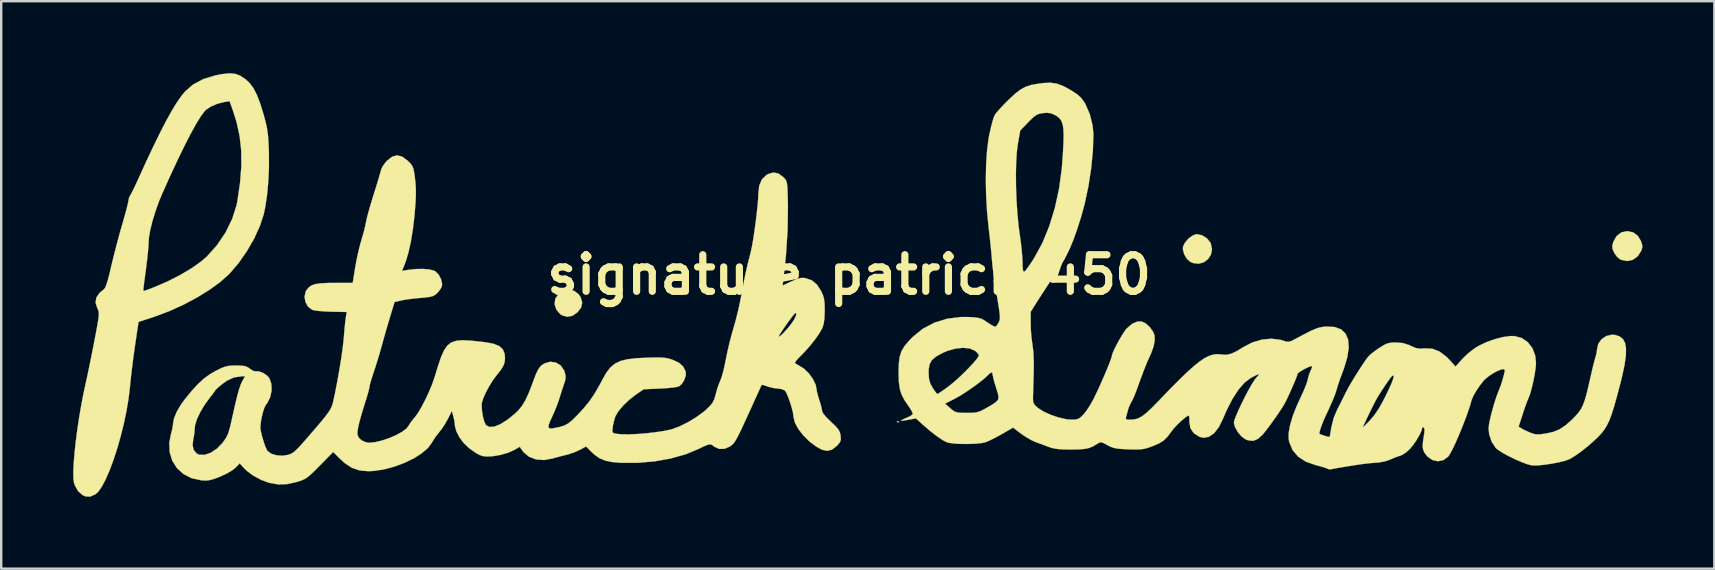
<source format=kicad_pcb>
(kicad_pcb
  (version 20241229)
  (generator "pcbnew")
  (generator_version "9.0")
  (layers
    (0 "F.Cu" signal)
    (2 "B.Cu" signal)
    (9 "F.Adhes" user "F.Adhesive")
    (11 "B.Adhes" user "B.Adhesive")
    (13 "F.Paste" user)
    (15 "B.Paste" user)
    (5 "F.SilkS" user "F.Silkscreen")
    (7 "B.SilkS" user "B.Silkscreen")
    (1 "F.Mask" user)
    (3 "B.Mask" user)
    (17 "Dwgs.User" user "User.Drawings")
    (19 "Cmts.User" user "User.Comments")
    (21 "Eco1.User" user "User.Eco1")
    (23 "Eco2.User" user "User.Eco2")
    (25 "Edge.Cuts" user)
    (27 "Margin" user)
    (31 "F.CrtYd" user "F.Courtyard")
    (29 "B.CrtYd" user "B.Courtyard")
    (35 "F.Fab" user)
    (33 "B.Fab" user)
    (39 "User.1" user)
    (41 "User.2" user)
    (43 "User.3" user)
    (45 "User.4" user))
  (footprint "signature patrick 450"
    (layer "F.Cu")
    (at 32.326 8.397)
    (property "Reference" "signature patrick 450" (at 0 0 0) (layer "F.SilkS") (effects (font (size 1.524 1.524) (thickness 0.3))))
    (attr through_hole)
    (fp_poly (pts (xy 2.07 6.115) (xy 2.062 6.148) (xy 2.032 6.152) (xy 1.986 6.132) (xy 1.994 6.115) (xy 2.061 6.108) (xy 2.07 6.115)) (stroke (width 0.01) (type solid)) (fill yes) (layer "F.SilkS"))
    (fp_poly (pts (xy -11.438 0.679) (xy -11.258 0.825) (xy -11.183 0.942) (xy -11.12 1.159) (xy -11.166 1.365) (xy -11.311 1.558) (xy -11.524 1.708) (xy -11.746 1.752) (xy -11.964 1.687) (xy -12.039 1.636) (xy -12.196 1.454) (xy -12.269 1.239) (xy -12.248 1.024) (xy -12.224 0.966) (xy -12.067 0.765) (xy -11.868 0.649) (xy -11.65 0.62) (xy -11.438 0.679)) (stroke (width 0.01) (type solid)) (fill yes) (layer "F.SilkS"))
    (fp_poly (pts (xy 14.708 -1.643) (xy 14.912 -1.514) (xy 15.055 -1.334) (xy 15.068 -1.306) (xy 15.118 -1.062) (xy 15.074 -0.838) (xy 14.954 -0.652) (xy 14.778 -0.521) (xy 14.564 -0.46) (xy 14.33 -0.488) (xy 14.217 -0.536) (xy 14.072 -0.664) (xy 13.961 -0.85) (xy 13.906 -1.049) (xy 13.912 -1.171) (xy 13.993 -1.339) (xy 14.134 -1.502) (xy 14.301 -1.63) (xy 14.46 -1.691) (xy 14.486 -1.693) (xy 14.708 -1.643)) (stroke (width 0.01) (type solid)) (fill yes) (layer "F.SilkS"))
    (fp_poly (pts (xy 32.665 -1.767) (xy 32.861 -1.62) (xy 32.987 -1.406) (xy 33.041 -1.246) (xy 33.042 -1.124) (xy 32.999 -0.996) (xy 32.852 -0.767) (xy 32.651 -0.623) (xy 32.417 -0.571) (xy 32.172 -0.62) (xy 32.11 -0.649) (xy 31.989 -0.753) (xy 31.88 -0.907) (xy 31.862 -0.941) (xy 31.801 -1.093) (xy 31.795 -1.216) (xy 31.84 -1.375) (xy 31.84 -1.376) (xy 31.973 -1.611) (xy 32.168 -1.763) (xy 32.407 -1.817) (xy 32.414 -1.818) (xy 32.665 -1.767)) (stroke (width 0.01) (type solid)) (fill yes) (layer "F.SilkS"))
    (fp_poly (pts (xy -25.593 -8.376) (xy -25.384 -8.302) (xy -25.167 -8.161) (xy -25.127 -8.13) (xy -24.958 -7.968) (xy -24.807 -7.756) (xy -24.668 -7.48) (xy -24.532 -7.125) (xy -24.395 -6.678) (xy -24.349 -6.514) (xy -24.287 -6.267) (xy -24.242 -6.038) (xy -24.211 -5.796) (xy -24.19 -5.511) (xy -24.175 -5.152) (xy -24.172 -5.042) (xy -24.171 -4.461) (xy -24.199 -3.874) (xy -24.251 -3.313) (xy -24.327 -2.809) (xy -24.391 -2.512) (xy -24.551 -2.025) (xy -24.788 -1.508) (xy -25.087 -0.989) (xy -25.428 -0.498) (xy -25.795 -0.066) (xy -25.837 -0.023) (xy -26.196 0.298) (xy -26.644 0.624) (xy -27.16 0.942) (xy -27.72 1.241) (xy -28.302 1.507) (xy -28.885 1.728) (xy -28.945 1.748) (xy -29.605 1.965) (xy -29.75 2.944) (xy -29.806 3.339) (xy -29.862 3.767) (xy -29.912 4.186) (xy -29.951 4.553) (xy -29.963 4.685) (xy -30.021 5.169) (xy -30.107 5.679) (xy -30.217 6.203) (xy -30.347 6.725) (xy -30.491 7.232) (xy -30.647 7.709) (xy -30.808 8.143) (xy -30.971 8.518) (xy -31.131 8.823) (xy -31.283 9.041) (xy -31.4 9.146) (xy -31.614 9.24) (xy -31.806 9.236) (xy -31.934 9.182) (xy -32.124 9.015) (xy -32.263 8.763) (xy -32.291 8.677) (xy -32.317 8.497) (xy -32.321 8.222) (xy -32.306 7.869) (xy -32.273 7.453) (xy -32.224 6.989) (xy -32.161 6.494) (xy -32.085 5.983) (xy -31.999 5.473) (xy -31.905 4.979) (xy -31.823 4.6) (xy -31.757 4.302) (xy -31.678 3.926) (xy -31.592 3.508) (xy -31.506 3.081) (xy -31.438 2.728) (xy -31.365 2.346) (xy -31.313 2.057) (xy -31.278 1.846) (xy -31.261 1.696) (xy -31.259 1.59) (xy -31.271 1.512) (xy -31.296 1.445) (xy -31.323 1.39) (xy -31.395 1.158) (xy -31.361 0.945) (xy -31.218 0.745) (xy -31.107 0.655) (xy -29.402 0.655) (xy -29.395 0.674) (xy -29.382 0.677) (xy -29.381 0.677) (xy -29.319 0.658) (xy -29.18 0.606) (xy -28.989 0.532) (xy -28.927 0.508) (xy -28.383 0.272) (xy -27.868 0.009) (xy -27.402 -0.267) (xy -27.008 -0.545) (xy -26.765 -0.753) (xy -26.339 -1.228) (xy -25.981 -1.758) (xy -25.704 -2.323) (xy -25.521 -2.896) (xy -25.486 -3.074) (xy -25.374 -3.844) (xy -25.32 -4.536) (xy -25.326 -5.172) (xy -25.392 -5.773) (xy -25.52 -6.36) (xy -25.693 -6.904) (xy -25.812 -7.232) (xy -26.043 -7.195) (xy -26.336 -7.12) (xy -26.603 -7.003) (xy -26.807 -6.862) (xy -26.845 -6.823) (xy -27.004 -6.611) (xy -27.199 -6.296) (xy -27.428 -5.882) (xy -27.69 -5.373) (xy -27.982 -4.771) (xy -28.303 -4.082) (xy -28.62 -3.376) (xy -28.773 -3.003) (xy -28.911 -2.608) (xy -29.029 -2.219) (xy -29.117 -1.86) (xy -29.17 -1.558) (xy -29.182 -1.395) (xy -29.189 -1.225) (xy -29.21 -0.974) (xy -29.242 -0.672) (xy -29.281 -0.347) (xy -29.294 -0.246) (xy -29.34 0.094) (xy -29.372 0.339) (xy -29.392 0.503) (xy -29.402 0.603) (xy -29.402 0.655) (xy -31.107 0.655) (xy -31.053 0.611) (xy -31.001 0.546) (xy -30.944 0.415) (xy -30.88 0.206) (xy -30.802 -0.094) (xy -30.743 -0.348) (xy -30.647 -0.747) (xy -30.531 -1.2) (xy -30.41 -1.653) (xy -30.296 -2.055) (xy -30.284 -2.094) (xy -30.197 -2.397) (xy -30.122 -2.669) (xy -30.066 -2.888) (xy -30.034 -3.033) (xy -30.028 -3.074) (xy -29.997 -3.216) (xy -29.952 -3.304) (xy -29.896 -3.402) (xy -29.809 -3.575) (xy -29.706 -3.793) (xy -29.646 -3.923) (xy -29.295 -4.694) (xy -28.979 -5.365) (xy -28.695 -5.944) (xy -28.441 -6.435) (xy -28.212 -6.845) (xy -28.005 -7.182) (xy -27.818 -7.45) (xy -27.666 -7.635) (xy -27.334 -7.924) (xy -26.921 -8.146) (xy -26.42 -8.303) (xy -26.141 -8.357) (xy -25.833 -8.392) (xy -25.593 -8.376)) (stroke (width 0.01) (type solid)) (fill yes) (layer "F.SilkS"))
    (fp_poly (pts (xy -18.629 -4.925) (xy -18.406 -4.765) (xy -18.389 -4.749) (xy -18.266 -4.626) (xy -18.19 -4.516) (xy -18.143 -4.38) (xy -18.108 -4.179) (xy -18.1 -4.114) (xy -18.068 -3.845) (xy -18.052 -3.594) (xy -18.05 -3.332) (xy -18.063 -3.031) (xy -18.091 -2.66) (xy -18.109 -2.455) (xy -18.172 -1.913) (xy -18.255 -1.403) (xy -18.354 -0.95) (xy -18.463 -0.578) (xy -18.506 -0.462) (xy -18.628 -0.162) (xy -18.359 -0.205) (xy -18.046 -0.239) (xy -17.743 -0.243) (xy -17.48 -0.219) (xy -17.286 -0.168) (xy -17.239 -0.143) (xy -17.099 -0.002) (xy -16.998 0.191) (xy -16.957 0.388) (xy -16.965 0.474) (xy -17.028 0.601) (xy -17.139 0.741) (xy -17.162 0.765) (xy -17.253 0.841) (xy -17.353 0.892) (xy -17.491 0.925) (xy -17.696 0.951) (xy -17.849 0.964) (xy -18.122 0.99) (xy -18.389 1.024) (xy -18.604 1.059) (xy -18.655 1.07) (xy -18.937 1.134) (xy -19.129 1.766) (xy -19.228 2.098) (xy -19.335 2.467) (xy -19.433 2.816) (xy -19.478 2.98) (xy -19.567 3.295) (xy -19.671 3.639) (xy -19.772 3.955) (xy -19.808 4.061) (xy -19.884 4.291) (xy -19.943 4.489) (xy -19.977 4.624) (xy -19.981 4.659) (xy -19.998 4.75) (xy -20.043 4.922) (xy -20.109 5.148) (xy -20.174 5.355) (xy -20.314 5.809) (xy -20.412 6.166) (xy -20.469 6.435) (xy -20.489 6.623) (xy -20.489 6.629) (xy -20.438 6.778) (xy -20.305 6.904) (xy -20.122 6.983) (xy -19.996 6.999) (xy -19.743 6.974) (xy -19.455 6.904) (xy -19.155 6.802) (xy -18.869 6.678) (xy -18.623 6.542) (xy -18.441 6.406) (xy -18.356 6.296) (xy -18.281 6.174) (xy -18.162 6.017) (xy -18.093 5.937) (xy -17.968 5.767) (xy -17.82 5.518) (xy -17.663 5.217) (xy -17.511 4.893) (xy -17.377 4.574) (xy -17.276 4.287) (xy -17.268 4.262) (xy -17.127 3.797) (xy -17.002 3.431) (xy -16.879 3.153) (xy -16.743 2.954) (xy -16.58 2.823) (xy -16.375 2.752) (xy -16.113 2.728) (xy -15.78 2.743) (xy -15.361 2.787) (xy -15.155 2.812) (xy -14.817 2.873) (xy -14.578 2.969) (xy -14.426 3.108) (xy -14.35 3.299) (xy -14.337 3.459) (xy -14.349 3.626) (xy -14.397 3.776) (xy -14.494 3.94) (xy -14.655 4.148) (xy -14.679 4.177) (xy -14.837 4.389) (xy -14.992 4.638) (xy -15.131 4.896) (xy -15.239 5.134) (xy -15.3 5.323) (xy -15.309 5.39) (xy -15.298 5.644) (xy -15.26 5.895) (xy -15.203 6.11) (xy -15.134 6.255) (xy -15.117 6.275) (xy -14.973 6.343) (xy -14.771 6.323) (xy -14.521 6.22) (xy -14.232 6.038) (xy -13.938 5.801) (xy -13.769 5.637) (xy -13.624 5.456) (xy -13.493 5.239) (xy -13.364 4.965) (xy -13.225 4.612) (xy -13.148 4.403) (xy -13.04 4.122) (xy -12.943 3.928) (xy -12.842 3.798) (xy -12.722 3.709) (xy -12.694 3.694) (xy -12.451 3.624) (xy -12.217 3.656) (xy -12.018 3.778) (xy -11.876 3.982) (xy -11.849 4.058) (xy -11.813 4.221) (xy -11.822 4.369) (xy -11.878 4.554) (xy -11.95 4.767) (xy -12.031 5.018) (xy -12.075 5.165) (xy -12.157 5.402) (xy -12.265 5.673) (xy -12.353 5.87) (xy -12.466 6.117) (xy -12.522 6.28) (xy -12.519 6.373) (xy -12.459 6.407) (xy -12.347 6.399) (xy -12.078 6.346) (xy -11.877 6.286) (xy -11.713 6.201) (xy -11.55 6.073) (xy -11.356 5.882) (xy -11.298 5.822) (xy -11.026 5.525) (xy -10.802 5.246) (xy -10.602 4.95) (xy -10.402 4.604) (xy -10.273 4.359) (xy -10.114 4.079) (xy -9.948 3.864) (xy -9.758 3.705) (xy -9.526 3.593) (xy -9.234 3.52) (xy -8.864 3.477) (xy -8.438 3.456) (xy -8.111 3.448) (xy -7.871 3.449) (xy -7.692 3.46) (xy -7.547 3.484) (xy -7.412 3.523) (xy -7.329 3.553) (xy -7.08 3.672) (xy -6.917 3.82) (xy -6.815 4.022) (xy -6.806 4.048) (xy -6.806 4.201) (xy -6.868 4.384) (xy -6.972 4.55) (xy -7.077 4.644) (xy -7.18 4.674) (xy -7.368 4.702) (xy -7.616 4.726) (xy -7.878 4.741) (xy -8.559 4.77) (xy -8.887 4.995) (xy -9.16 5.207) (xy -9.408 5.445) (xy -9.608 5.681) (xy -9.734 5.891) (xy -9.737 5.898) (xy -9.79 6.063) (xy -9.835 6.267) (xy -9.845 6.328) (xy -9.864 6.487) (xy -9.85 6.569) (xy -9.786 6.606) (xy -9.704 6.625) (xy -9.488 6.647) (xy -9.19 6.65) (xy -8.837 6.635) (xy -8.457 6.605) (xy -8.078 6.563) (xy -7.728 6.51) (xy -7.436 6.449) (xy -7.366 6.43) (xy -7.059 6.315) (xy -6.713 6.142) (xy -6.37 5.935) (xy -6.069 5.716) (xy -5.966 5.628) (xy -5.793 5.46) (xy -5.684 5.325) (xy -5.615 5.183) (xy -5.563 4.997) (xy -5.557 4.976) (xy -5.495 4.748) (xy -5.419 4.53) (xy -5.367 4.412) (xy -5.314 4.271) (xy -5.251 4.051) (xy -5.187 3.782) (xy -5.136 3.526) (xy -5.065 3.178) (xy -4.973 2.789) (xy -4.916 2.573) (xy -2.935 2.573) (xy -2.903 2.573) (xy -2.817 2.504) (xy -2.698 2.385) (xy -2.562 2.235) (xy -2.429 2.071) (xy -2.394 2.024) (xy -2.291 1.866) (xy -2.223 1.727) (xy -2.197 1.629) (xy -2.22 1.593) (xy -2.255 1.607) (xy -2.311 1.667) (xy -2.41 1.793) (xy -2.534 1.962) (xy -2.665 2.147) (xy -2.787 2.326) (xy -2.882 2.472) (xy -2.931 2.561) (xy -2.935 2.573) (xy -4.916 2.573) (xy -4.875 2.419) (xy -4.82 2.231) (xy -4.732 1.924) (xy -4.639 1.552) (xy -4.552 1.165) (xy -4.485 0.823) (xy -4.41 0.415) (xy -4.343 0.077) (xy -4.276 -0.231) (xy -4.2 -0.549) (xy -4.105 -0.919) (xy -4.101 -0.931) (xy -4.054 -1.148) (xy -4.001 -1.447) (xy -3.947 -1.8) (xy -3.895 -2.179) (xy -3.849 -2.557) (xy -3.812 -2.903) (xy -3.788 -3.191) (xy -3.782 -3.367) (xy -3.746 -3.709) (xy -3.636 -3.969) (xy -3.45 -4.152) (xy -3.37 -4.197) (xy -3.153 -4.26) (xy -2.951 -4.221) (xy -2.749 -4.075) (xy -2.701 -4.027) (xy -2.654 -3.972) (xy -2.619 -3.91) (xy -2.594 -3.825) (xy -2.577 -3.697) (xy -2.566 -3.511) (xy -2.557 -3.248) (xy -2.55 -2.891) (xy -2.55 -2.86) (xy -2.562 -1.879) (xy -2.631 -0.815) (xy -2.742 0.21) (xy -2.772 0.449) (xy -2.401 0.275) (xy -2.179 0.179) (xy -2.016 0.134) (xy -1.877 0.131) (xy -1.821 0.14) (xy -1.557 0.231) (xy -1.346 0.404) (xy -1.17 0.672) (xy -1.162 0.689) (xy -1.089 0.853) (xy -1.045 1.008) (xy -1.023 1.194) (xy -1.017 1.447) (xy -1.017 1.493) (xy -1.028 1.809) (xy -1.06 2.042) (xy -1.118 2.223) (xy -1.122 2.231) (xy -1.24 2.44) (xy -1.419 2.695) (xy -1.636 2.968) (xy -1.87 3.23) (xy -2.01 3.371) (xy -2.141 3.505) (xy -2.231 3.612) (xy -2.258 3.66) (xy -2.211 3.715) (xy -2.099 3.777) (xy -2.095 3.779) (xy -1.881 3.911) (xy -1.677 4.111) (xy -1.506 4.347) (xy -1.392 4.588) (xy -1.356 4.775) (xy -1.337 4.891) (xy -1.29 5.068) (xy -1.242 5.221) (xy -1.181 5.417) (xy -1.141 5.584) (xy -1.13 5.667) (xy -1.086 5.772) (xy -0.957 5.93) (xy -0.759 6.124) (xy -0.573 6.3) (xy -0.457 6.431) (xy -0.393 6.545) (xy -0.36 6.668) (xy -0.356 6.701) (xy -0.345 6.854) (xy -0.375 6.964) (xy -0.466 7.08) (xy -0.523 7.139) (xy -0.715 7.286) (xy -0.91 7.336) (xy -1.128 7.29) (xy -1.358 7.166) (xy -1.652 6.946) (xy -1.911 6.69) (xy -2.118 6.422) (xy -2.259 6.16) (xy -2.316 5.928) (xy -2.316 5.914) (xy -2.337 5.759) (xy -2.387 5.552) (xy -2.456 5.324) (xy -2.534 5.105) (xy -2.61 4.929) (xy -2.674 4.826) (xy -2.684 4.817) (xy -2.814 4.762) (xy -2.967 4.741) (xy -3.136 4.722) (xy -3.336 4.673) (xy -3.388 4.656) (xy -3.535 4.608) (xy -3.627 4.585) (xy -3.641 4.586) (xy -3.667 4.639) (xy -3.732 4.78) (xy -3.829 4.991) (xy -3.951 5.259) (xy -4.09 5.566) (xy -4.113 5.616) (xy -4.302 6.03) (xy -4.451 6.355) (xy -4.569 6.601) (xy -4.662 6.784) (xy -4.737 6.915) (xy -4.802 7.008) (xy -4.865 7.074) (xy -4.931 7.128) (xy -4.974 7.159) (xy -5.192 7.252) (xy -5.419 7.253) (xy -5.618 7.163) (xy -5.642 7.143) (xy -5.717 7.085) (xy -5.795 7.065) (xy -5.9 7.085) (xy -6.057 7.151) (xy -6.265 7.253) (xy -6.802 7.476) (xy -7.419 7.651) (xy -8.09 7.772) (xy -8.791 7.834) (xy -9.485 7.835) (xy -9.859 7.805) (xy -10.151 7.746) (xy -10.39 7.648) (xy -10.604 7.499) (xy -10.756 7.359) (xy -10.959 7.155) (xy -11.223 7.296) (xy -11.441 7.394) (xy -11.691 7.48) (xy -11.797 7.507) (xy -12.029 7.564) (xy -12.263 7.627) (xy -12.357 7.655) (xy -12.71 7.719) (xy -13.041 7.694) (xy -13.331 7.584) (xy -13.56 7.395) (xy -13.598 7.344) (xy -13.724 7.168) (xy -13.96 7.304) (xy -14.214 7.416) (xy -14.528 7.506) (xy -14.851 7.561) (xy -15.088 7.572) (xy -15.243 7.557) (xy -15.383 7.515) (xy -15.537 7.432) (xy -15.735 7.295) (xy -15.845 7.212) (xy -16.055 7.014) (xy -16.235 6.772) (xy -16.364 6.521) (xy -16.424 6.292) (xy -16.426 6.255) (xy -16.441 6.115) (xy -16.478 5.937) (xy -16.488 5.899) (xy -16.551 5.674) (xy -16.721 6.012) (xy -16.844 6.229) (xy -16.983 6.438) (xy -17.079 6.559) (xy -17.222 6.739) (xy -17.351 6.937) (xy -17.382 6.993) (xy -17.55 7.22) (xy -17.811 7.443) (xy -18.145 7.653) (xy -18.53 7.839) (xy -18.948 7.994) (xy -19.377 8.109) (xy -19.797 8.173) (xy -20.035 8.184) (xy -20.398 8.151) (xy -20.715 8.043) (xy -21.013 7.848) (xy -21.231 7.648) (xy -21.493 7.382) (xy -22.05 7.947) (xy -22.275 8.174) (xy -22.444 8.334) (xy -22.579 8.445) (xy -22.701 8.52) (xy -22.832 8.575) (xy -22.993 8.626) (xy -23.007 8.631) (xy -23.415 8.722) (xy -23.781 8.735) (xy -24.145 8.672) (xy -24.164 8.667) (xy -24.501 8.543) (xy -24.828 8.366) (xy -25.103 8.162) (xy -25.2 8.067) (xy -25.389 7.857) (xy -25.564 8.038) (xy -25.713 8.155) (xy -25.935 8.284) (xy -26.192 8.404) (xy -26.198 8.407) (xy -26.444 8.501) (xy -26.628 8.554) (xy -26.789 8.573) (xy -26.967 8.566) (xy -26.977 8.565) (xy -27.384 8.478) (xy -27.729 8.304) (xy -28.003 8.056) (xy -28.199 7.747) (xy -28.308 7.388) (xy -28.319 7.096) (xy -27.354 7.096) (xy -27.304 7.303) (xy -27.183 7.448) (xy -27.075 7.497) (xy -26.847 7.502) (xy -26.595 7.415) (xy -26.342 7.247) (xy -26.109 7.01) (xy -26.106 7.005) (xy -25.962 6.802) (xy -25.863 6.596) (xy -25.788 6.336) (xy -25.774 6.277) (xy -25.7 5.943) (xy -25.644 5.694) (xy -25.601 5.503) (xy -25.564 5.346) (xy -25.528 5.196) (xy -25.487 5.029) (xy -25.479 4.995) (xy -25.414 4.767) (xy -25.339 4.556) (xy -25.274 4.417) (xy -25.165 4.233) (xy -25.325 4.233) (xy -25.626 4.276) (xy -25.921 4.412) (xy -26.119 4.554) (xy -26.265 4.675) (xy -26.37 4.772) (xy -26.408 4.815) (xy -26.452 4.882) (xy -26.544 5.004) (xy -26.617 5.097) (xy -26.846 5.41) (xy -27.035 5.726) (xy -27.174 6.021) (xy -27.251 6.271) (xy -27.262 6.378) (xy -27.277 6.595) (xy -27.313 6.809) (xy -27.323 6.847) (xy -27.354 7.096) (xy -28.319 7.096) (xy -28.323 6.993) (xy -28.251 6.627) (xy -28.201 6.433) (xy -28.171 6.259) (xy -28.166 6.199) (xy -28.126 5.982) (xy -28.016 5.715) (xy -27.847 5.425) (xy -27.687 5.203) (xy -27.388 4.837) (xy -27.126 4.552) (xy -26.884 4.329) (xy -26.643 4.152) (xy -26.399 4.011) (xy -26.17 3.896) (xy -25.996 3.828) (xy -25.834 3.794) (xy -25.641 3.782) (xy -25.543 3.782) (xy -25.312 3.787) (xy -25.159 3.809) (xy -25.047 3.856) (xy -24.967 3.914) (xy -24.844 3.996) (xy -24.748 4.025) (xy -24.737 4.023) (xy -24.594 4.023) (xy -24.419 4.087) (xy -24.255 4.196) (xy -24.154 4.31) (xy -24.07 4.546) (xy -24.06 4.824) (xy -24.121 5.106) (xy -24.246 5.353) (xy -24.297 5.417) (xy -24.36 5.533) (xy -24.422 5.724) (xy -24.477 5.954) (xy -24.515 6.183) (xy -24.529 6.376) (xy -24.522 6.461) (xy -24.464 6.708) (xy -24.392 6.954) (xy -24.318 7.166) (xy -24.251 7.312) (xy -24.229 7.345) (xy -24.077 7.454) (xy -23.856 7.521) (xy -23.607 7.539) (xy -23.397 7.507) (xy -23.306 7.48) (xy -23.225 7.445) (xy -23.143 7.392) (xy -23.047 7.31) (xy -22.925 7.188) (xy -22.767 7.014) (xy -22.56 6.777) (xy -22.292 6.467) (xy -22.267 6.438) (xy -22.016 6.143) (xy -21.83 5.915) (xy -21.697 5.737) (xy -21.606 5.593) (xy -21.547 5.467) (xy -21.507 5.341) (xy -21.497 5.298) (xy -21.409 4.884) (xy -21.322 4.431) (xy -21.239 3.964) (xy -21.165 3.513) (xy -21.106 3.102) (xy -21.065 2.761) (xy -21.052 2.625) (xy -21.03 2.345) (xy -21.005 2.083) (xy -20.982 1.874) (xy -20.969 1.778) (xy -20.932 1.552) (xy -21.572 1.539) (xy -21.845 1.528) (xy -22.092 1.508) (xy -22.28 1.483) (xy -22.369 1.46) (xy -22.538 1.335) (xy -22.648 1.144) (xy -22.687 0.924) (xy -22.646 0.712) (xy -22.603 0.633) (xy -22.507 0.521) (xy -22.39 0.441) (xy -22.231 0.388) (xy -22.011 0.356) (xy -21.712 0.341) (xy -21.434 0.339) (xy -20.681 0.339) (xy -20.58 -0.296) (xy -20.52 -0.622) (xy -20.444 -0.973) (xy -20.363 -1.295) (xy -20.321 -1.439) (xy -20.245 -1.698) (xy -20.179 -1.948) (xy -20.135 -2.148) (xy -20.126 -2.201) (xy -20.096 -2.343) (xy -20.038 -2.567) (xy -19.959 -2.847) (xy -19.866 -3.158) (xy -19.812 -3.33) (xy -19.715 -3.639) (xy -19.629 -3.922) (xy -19.559 -4.156) (xy -19.513 -4.318) (xy -19.5 -4.371) (xy -19.441 -4.506) (xy -19.327 -4.668) (xy -19.251 -4.752) (xy -19.039 -4.918) (xy -18.836 -4.976) (xy -18.629 -4.925)) (stroke (width 0.01) (type solid)) (fill yes) (layer "F.SilkS"))
    (fp_poly (pts (xy 8.648 -7.963) (xy 8.91 -7.868) (xy 9.211 -7.706) (xy 9.28 -7.664) (xy 9.503 -7.515) (xy 9.658 -7.378) (xy 9.78 -7.216) (xy 9.852 -7.093) (xy 10.031 -6.678) (xy 10.144 -6.22) (xy 10.177 -5.86) (xy 10.157 -5.183) (xy 10.086 -4.448) (xy 9.971 -3.696) (xy 9.816 -2.966) (xy 9.672 -2.434) (xy 9.5 -1.893) (xy 9.337 -1.439) (xy 9.173 -1.046) (xy 8.995 -0.69) (xy 8.794 -0.346) (xy 8.623 -0.085) (xy 8.425 0.21) (xy 8.218 0.522) (xy 8.026 0.816) (xy 7.872 1.055) (xy 7.863 1.069) (xy 7.564 1.546) (xy 7.564 2.029) (xy 7.573 2.319) (xy 7.599 2.627) (xy 7.635 2.891) (xy 7.638 2.907) (xy 7.678 3.232) (xy 7.694 3.66) (xy 7.689 4.12) (xy 7.679 4.433) (xy 7.671 4.724) (xy 7.664 4.965) (xy 7.66 5.129) (xy 7.659 5.158) (xy 7.669 5.305) (xy 7.724 5.415) (xy 7.847 5.533) (xy 7.872 5.553) (xy 8.106 5.702) (xy 8.411 5.84) (xy 8.744 5.951) (xy 9.063 6.021) (xy 9.252 6.037) (xy 9.439 6.031) (xy 9.564 5.995) (xy 9.679 5.908) (xy 9.765 5.82) (xy 9.888 5.666) (xy 10.03 5.448) (xy 10.168 5.206) (xy 10.207 5.129) (xy 10.336 4.86) (xy 10.472 4.564) (xy 10.605 4.262) (xy 10.727 3.974) (xy 10.831 3.72) (xy 10.906 3.519) (xy 10.946 3.392) (xy 10.95 3.366) (xy 10.978 3.266) (xy 11.052 3.097) (xy 11.158 2.89) (xy 11.279 2.67) (xy 11.402 2.466) (xy 11.51 2.304) (xy 11.563 2.239) (xy 11.793 2.043) (xy 12.019 1.947) (xy 12.194 1.948) (xy 12.36 2.029) (xy 12.527 2.182) (xy 12.662 2.37) (xy 12.726 2.531) (xy 12.732 2.74) (xy 12.679 3.006) (xy 12.575 3.291) (xy 12.524 3.399) (xy 12.419 3.63) (xy 12.283 3.969) (xy 12.117 4.414) (xy 11.991 4.765) (xy 11.909 4.981) (xy 11.826 5.172) (xy 11.761 5.298) (xy 11.76 5.298) (xy 11.676 5.463) (xy 11.623 5.613) (xy 11.578 5.782) (xy 11.54 5.913) (xy 11.526 5.998) (xy 11.574 6.033) (xy 11.697 6.04) (xy 11.873 6.028) (xy 12.032 5.986) (xy 12.194 5.902) (xy 12.375 5.764) (xy 12.593 5.563) (xy 12.865 5.285) (xy 12.866 5.285) (xy 13.325 4.808) (xy 13.719 4.409) (xy 14.055 4.083) (xy 14.342 3.824) (xy 14.587 3.625) (xy 14.801 3.48) (xy 14.99 3.383) (xy 15.163 3.327) (xy 15.33 3.308) (xy 15.497 3.319) (xy 15.557 3.328) (xy 15.74 3.334) (xy 15.94 3.282) (xy 16.181 3.165) (xy 16.424 3.014) (xy 16.794 2.821) (xy 17.194 2.703) (xy 17.594 2.664) (xy 17.966 2.709) (xy 18.067 2.739) (xy 18.212 2.785) (xy 18.318 2.793) (xy 18.431 2.757) (xy 18.596 2.672) (xy 18.93 2.494) (xy 19.185 2.363) (xy 19.382 2.273) (xy 19.54 2.215) (xy 19.679 2.181) (xy 19.819 2.163) (xy 19.89 2.158) (xy 20.233 2.177) (xy 20.498 2.276) (xy 20.684 2.453) (xy 20.79 2.705) (xy 20.814 3.031) (xy 20.758 3.428) (xy 20.619 3.894) (xy 20.574 4.014) (xy 20.48 4.264) (xy 20.398 4.497) (xy 20.34 4.677) (xy 20.323 4.741) (xy 20.258 4.95) (xy 20.137 5.252) (xy 19.961 5.648) (xy 19.843 5.898) (xy 19.753 6.103) (xy 19.675 6.305) (xy 19.617 6.479) (xy 19.591 6.595) (xy 19.595 6.628) (xy 19.665 6.66) (xy 19.787 6.702) (xy 19.915 6.739) (xy 20.003 6.758) (xy 20.017 6.756) (xy 20.034 6.695) (xy 20.059 6.554) (xy 20.088 6.363) (xy 20.092 6.35) (xy 21.399 6.35) (xy 21.424 6.339) (xy 21.509 6.26) (xy 21.639 6.128) (xy 21.697 6.068) (xy 21.889 5.839) (xy 22.073 5.566) (xy 22.265 5.221) (xy 22.353 5.047) (xy 22.523 4.69) (xy 22.635 4.43) (xy 22.686 4.265) (xy 22.679 4.195) (xy 22.633 4.206) (xy 22.572 4.271) (xy 22.469 4.409) (xy 22.34 4.595) (xy 22.202 4.804) (xy 22.07 5.013) (xy 21.961 5.196) (xy 21.917 5.278) (xy 21.837 5.435) (xy 21.737 5.638) (xy 21.63 5.858) (xy 21.53 6.068) (xy 21.449 6.238) (xy 21.403 6.341) (xy 21.399 6.35) (xy 20.092 6.35) (xy 20.189 5.96) (xy 20.342 5.604) (xy 20.466 5.364) (xy 20.591 5.114) (xy 20.685 4.921) (xy 20.78 4.738) (xy 20.917 4.5) (xy 21.08 4.231) (xy 21.25 3.96) (xy 21.413 3.711) (xy 21.552 3.51) (xy 21.642 3.394) (xy 21.75 3.295) (xy 21.916 3.166) (xy 22.095 3.042) (xy 22.291 2.922) (xy 22.444 2.855) (xy 22.603 2.827) (xy 22.777 2.822) (xy 23.066 2.845) (xy 23.315 2.922) (xy 23.4 2.962) (xy 23.597 3.048) (xy 23.768 3.079) (xy 23.969 3.068) (xy 24.291 3.08) (xy 24.597 3.198) (xy 24.894 3.424) (xy 25.02 3.554) (xy 25.264 3.824) (xy 25.557 3.498) (xy 25.783 3.279) (xy 26.045 3.074) (xy 26.209 2.971) (xy 26.535 2.814) (xy 26.892 2.685) (xy 27.243 2.595) (xy 27.556 2.552) (xy 27.722 2.554) (xy 28.023 2.635) (xy 28.275 2.808) (xy 28.467 3.058) (xy 28.584 3.368) (xy 28.617 3.666) (xy 28.602 3.871) (xy 28.563 4.14) (xy 28.506 4.435) (xy 28.438 4.724) (xy 28.369 4.97) (xy 28.304 5.14) (xy 28.302 5.143) (xy 28.252 5.262) (xy 28.18 5.455) (xy 28.099 5.69) (xy 28.061 5.809) (xy 27.894 6.326) (xy 28.016 6.405) (xy 28.144 6.474) (xy 28.32 6.554) (xy 28.386 6.581) (xy 28.528 6.631) (xy 28.657 6.651) (xy 28.813 6.645) (xy 29.035 6.612) (xy 29.063 6.608) (xy 29.352 6.541) (xy 29.604 6.436) (xy 29.846 6.275) (xy 30.107 6.044) (xy 30.259 5.888) (xy 30.382 5.75) (xy 30.482 5.608) (xy 30.567 5.444) (xy 30.644 5.239) (xy 30.721 4.974) (xy 30.805 4.629) (xy 30.869 4.344) (xy 30.936 4.051) (xy 30.999 3.785) (xy 31.054 3.573) (xy 31.092 3.44) (xy 31.098 3.423) (xy 31.143 3.25) (xy 31.158 3.115) (xy 31.209 2.881) (xy 31.347 2.687) (xy 31.546 2.552) (xy 31.782 2.497) (xy 31.909 2.506) (xy 32.098 2.567) (xy 32.236 2.675) (xy 32.326 2.838) (xy 32.367 3.065) (xy 32.361 3.364) (xy 32.308 3.744) (xy 32.209 4.213) (xy 32.105 4.628) (xy 31.975 5.116) (xy 31.863 5.51) (xy 31.763 5.825) (xy 31.668 6.076) (xy 31.57 6.28) (xy 31.463 6.453) (xy 31.34 6.609) (xy 31.193 6.764) (xy 31.119 6.836) (xy 30.845 7.085) (xy 30.552 7.322) (xy 30.271 7.524) (xy 30.032 7.67) (xy 30 7.686) (xy 29.822 7.751) (xy 29.567 7.814) (xy 29.269 7.871) (xy 28.965 7.915) (xy 28.689 7.942) (xy 28.478 7.944) (xy 28.447 7.941) (xy 28.269 7.898) (xy 28.029 7.81) (xy 27.756 7.692) (xy 27.48 7.557) (xy 27.23 7.42) (xy 27.035 7.295) (xy 26.941 7.216) (xy 26.77 6.958) (xy 26.666 6.643) (xy 26.642 6.402) (xy 26.66 6.232) (xy 26.709 5.987) (xy 26.782 5.697) (xy 26.868 5.39) (xy 26.962 5.099) (xy 27.054 4.853) (xy 27.077 4.798) (xy 27.141 4.632) (xy 27.209 4.425) (xy 27.268 4.217) (xy 27.308 4.047) (xy 27.318 3.969) (xy 27.278 3.929) (xy 27.169 3.946) (xy 27.014 4.007) (xy 26.836 4.101) (xy 26.658 4.218) (xy 26.501 4.346) (xy 26.439 4.41) (xy 26.281 4.608) (xy 26.13 4.83) (xy 26.008 5.042) (xy 25.937 5.209) (xy 25.932 5.227) (xy 25.866 5.46) (xy 25.769 5.749) (xy 25.649 6.074) (xy 25.516 6.414) (xy 25.377 6.747) (xy 25.241 7.052) (xy 25.118 7.309) (xy 25.015 7.495) (xy 24.957 7.577) (xy 24.758 7.722) (xy 24.533 7.769) (xy 24.306 7.72) (xy 24.1 7.58) (xy 23.984 7.434) (xy 23.928 7.325) (xy 23.899 7.208) (xy 23.898 7.055) (xy 23.923 6.84) (xy 23.963 6.597) (xy 23.973 6.437) (xy 23.938 6.354) (xy 23.938 6.353) (xy 23.882 6.356) (xy 23.876 6.381) (xy 23.843 6.506) (xy 23.757 6.687) (xy 23.636 6.894) (xy 23.497 7.095) (xy 23.36 7.259) (xy 23.355 7.265) (xy 23.2 7.402) (xy 23.048 7.503) (xy 22.966 7.537) (xy 22.817 7.584) (xy 22.631 7.659) (xy 22.566 7.69) (xy 22.348 7.767) (xy 22.086 7.818) (xy 21.985 7.827) (xy 21.741 7.846) (xy 21.457 7.877) (xy 21.251 7.905) (xy 20.919 7.957) (xy 20.614 8.006) (xy 20.357 8.049) (xy 20.169 8.084) (xy 20.07 8.105) (xy 20.066 8.106) (xy 19.972 8.098) (xy 19.925 8.077) (xy 19.83 8.04) (xy 19.661 7.989) (xy 19.453 7.935) (xy 19.445 7.933) (xy 19.031 7.788) (xy 18.707 7.579) (xy 18.475 7.305) (xy 18.337 6.969) (xy 18.313 6.852) (xy 18.311 6.6) (xy 18.369 6.274) (xy 18.48 5.894) (xy 18.641 5.479) (xy 18.785 5.165) (xy 18.904 4.911) (xy 19.006 4.669) (xy 19.078 4.473) (xy 19.104 4.376) (xy 19.153 4.183) (xy 19.22 4.007) (xy 19.228 3.99) (xy 19.28 3.873) (xy 19.291 3.807) (xy 19.29 3.805) (xy 19.226 3.811) (xy 19.103 3.861) (xy 18.953 3.936) (xy 18.811 4.019) (xy 18.71 4.091) (xy 18.683 4.128) (xy 18.661 4.205) (xy 18.602 4.359) (xy 18.516 4.565) (xy 18.414 4.799) (xy 18.307 5.035) (xy 18.206 5.248) (xy 18.177 5.306) (xy 18.086 5.464) (xy 17.944 5.684) (xy 17.771 5.938) (xy 17.583 6.2) (xy 17.402 6.443) (xy 17.245 6.64) (xy 17.244 6.642) (xy 17.041 6.834) (xy 16.839 6.918) (xy 16.622 6.898) (xy 16.511 6.855) (xy 16.347 6.735) (xy 16.194 6.555) (xy 16.08 6.354) (xy 16.03 6.172) (xy 16.03 6.159) (xy 16.056 6.047) (xy 16.128 5.859) (xy 16.233 5.617) (xy 16.362 5.344) (xy 16.502 5.063) (xy 16.644 4.795) (xy 16.775 4.563) (xy 16.886 4.389) (xy 16.937 4.323) (xy 17.037 4.206) (xy 17.076 4.147) (xy 17.044 4.144) (xy 16.93 4.197) (xy 16.736 4.298) (xy 16.484 4.485) (xy 16.228 4.776) (xy 15.975 5.164) (xy 15.73 5.64) (xy 15.57 6.011) (xy 15.401 6.351) (xy 15.208 6.598) (xy 14.997 6.747) (xy 14.775 6.792) (xy 14.6 6.753) (xy 14.362 6.603) (xy 14.219 6.394) (xy 14.175 6.132) (xy 14.176 6.098) (xy 14.175 5.945) (xy 14.153 5.868) (xy 14.137 5.864) (xy 14.016 5.939) (xy 13.852 6.074) (xy 13.677 6.241) (xy 13.518 6.412) (xy 13.426 6.531) (xy 13.263 6.749) (xy 13.109 6.902) (xy 12.925 7.018) (xy 12.675 7.128) (xy 12.631 7.145) (xy 12.442 7.213) (xy 12.28 7.255) (xy 12.11 7.275) (xy 11.896 7.279) (xy 11.639 7.273) (xy 11.354 7.259) (xy 11.152 7.239) (xy 11 7.206) (xy 10.866 7.153) (xy 10.761 7.098) (xy 10.601 7.012) (xy 10.503 6.978) (xy 10.427 6.99) (xy 10.337 7.045) (xy 10.17 7.146) (xy 10.005 7.215) (xy 9.812 7.256) (xy 9.564 7.276) (xy 9.234 7.281) (xy 8.905 7.276) (xy 8.66 7.257) (xy 8.468 7.222) (xy 8.319 7.174) (xy 8.09 7.087) (xy 7.847 6.998) (xy 7.774 6.972) (xy 7.588 6.886) (xy 7.365 6.758) (xy 7.167 6.622) (xy 6.83 6.368) (xy 6.374 6.631) (xy 6.141 6.76) (xy 5.916 6.875) (xy 5.736 6.957) (xy 5.689 6.975) (xy 5.512 7.013) (xy 5.259 7.038) (xy 4.964 7.05) (xy 4.66 7.048) (xy 4.381 7.032) (xy 4.162 7.003) (xy 4.079 6.981) (xy 3.9 6.89) (xy 3.663 6.73) (xy 3.387 6.517) (xy 3.09 6.262) (xy 3.046 6.223) (xy 2.782 5.983) (xy 2.483 6.04) (xy 2.313 6.068) (xy 2.195 6.08) (xy 2.163 6.076) (xy 2.198 6.047) (xy 2.31 5.993) (xy 2.398 5.958) (xy 2.547 5.888) (xy 2.639 5.818) (xy 2.653 5.789) (xy 2.622 5.706) (xy 2.542 5.57) (xy 2.476 5.474) (xy 2.405 5.369) (xy 3.997 5.369) (xy 4.214 5.561) (xy 4.328 5.656) (xy 4.428 5.713) (xy 4.547 5.742) (xy 4.721 5.753) (xy 4.891 5.755) (xy 5.133 5.752) (xy 5.306 5.733) (xy 5.456 5.686) (xy 5.627 5.602) (xy 5.71 5.556) (xy 5.956 5.415) (xy 6.116 5.307) (xy 6.202 5.208) (xy 6.225 5.094) (xy 6.197 4.941) (xy 6.13 4.726) (xy 6.127 4.716) (xy 6.059 4.497) (xy 6.009 4.309) (xy 5.984 4.186) (xy 5.983 4.17) (xy 5.959 4.078) (xy 5.886 4.087) (xy 5.78 4.183) (xy 5.634 4.321) (xy 5.417 4.495) (xy 5.157 4.687) (xy 4.882 4.876) (xy 4.618 5.043) (xy 4.393 5.17) (xy 4.39 5.171) (xy 3.997 5.369) (xy 2.405 5.369) (xy 2.303 5.217) (xy 2.185 4.989) (xy 2.112 4.755) (xy 2.074 4.482) (xy 2.061 4.137) (xy 2.061 4.105) (xy 3.311 4.105) (xy 3.329 4.345) (xy 3.382 4.531) (xy 3.479 4.711) (xy 3.576 4.854) (xy 3.651 4.947) (xy 3.678 4.967) (xy 3.737 4.935) (xy 3.864 4.851) (xy 4.038 4.727) (xy 4.159 4.638) (xy 4.349 4.486) (xy 4.563 4.296) (xy 4.785 4.084) (xy 4.997 3.87) (xy 5.181 3.671) (xy 5.321 3.505) (xy 5.398 3.389) (xy 5.406 3.366) (xy 5.375 3.292) (xy 5.278 3.193) (xy 5.245 3.167) (xy 5.031 3.072) (xy 4.75 3.043) (xy 4.427 3.077) (xy 4.088 3.173) (xy 3.885 3.261) (xy 3.619 3.409) (xy 3.447 3.557) (xy 3.35 3.731) (xy 3.313 3.955) (xy 3.311 4.105) (xy 2.061 4.105) (xy 2.061 4.064) (xy 2.07 3.701) (xy 2.106 3.419) (xy 2.18 3.187) (xy 2.307 2.973) (xy 2.498 2.747) (xy 2.646 2.594) (xy 3.067 2.252) (xy 3.553 1.996) (xy 4.091 1.83) (xy 4.668 1.759) (xy 4.948 1.76) (xy 5.202 1.774) (xy 5.377 1.796) (xy 5.51 1.835) (xy 5.636 1.901) (xy 5.766 1.989) (xy 5.925 2.091) (xy 6.049 2.155) (xy 6.107 2.166) (xy 6.164 2.1) (xy 6.235 1.98) (xy 6.236 1.978) (xy 6.265 1.91) (xy 6.28 1.831) (xy 6.281 1.72) (xy 6.265 1.561) (xy 6.233 1.336) (xy 6.182 1.027) (xy 6.151 0.846) (xy 6.091 0.484) (xy 6.037 0.119) (xy 5.992 -0.217) (xy 5.961 -0.493) (xy 5.951 -0.613) (xy 5.932 -0.848) (xy 5.902 -1.16) (xy 5.865 -1.513) (xy 5.824 -1.873) (xy 5.81 -1.993) (xy 5.746 -2.635) (xy 5.708 -3.296) (xy 5.695 -3.952) (xy 5.7 -4.176) (xy 6.949 -4.176) (xy 6.954 -3.642) (xy 6.975 -3.092) (xy 7.01 -2.551) (xy 7.059 -2.042) (xy 7.106 -1.693) (xy 7.151 -1.368) (xy 7.188 -1.039) (xy 7.214 -0.745) (xy 7.224 -0.523) (xy 7.224 -0.517) (xy 7.23 -0.293) (xy 7.249 -0.166) (xy 7.283 -0.125) (xy 7.295 -0.126) (xy 7.352 -0.181) (xy 7.452 -0.312) (xy 7.582 -0.499) (xy 7.716 -0.707) (xy 8.05 -1.322) (xy 8.337 -2.022) (xy 8.572 -2.786) (xy 8.748 -3.595) (xy 8.86 -4.427) (xy 8.874 -4.6) (xy 8.91 -5.107) (xy 8.931 -5.515) (xy 8.937 -5.836) (xy 8.926 -6.084) (xy 8.895 -6.271) (xy 8.843 -6.411) (xy 8.768 -6.516) (xy 8.669 -6.599) (xy 8.585 -6.65) (xy 8.416 -6.726) (xy 8.244 -6.748) (xy 8.086 -6.736) (xy 7.936 -6.711) (xy 7.816 -6.666) (xy 7.695 -6.581) (xy 7.544 -6.438) (xy 7.464 -6.357) (xy 7.129 -6.011) (xy 7.029 -5.445) (xy 6.985 -5.102) (xy 6.959 -4.671) (xy 6.949 -4.176) (xy 5.7 -4.176) (xy 5.707 -4.578) (xy 5.744 -5.152) (xy 5.806 -5.649) (xy 5.837 -5.82) (xy 5.898 -6.095) (xy 5.961 -6.344) (xy 6.018 -6.537) (xy 6.057 -6.638) (xy 6.13 -6.741) (xy 6.266 -6.899) (xy 6.445 -7.091) (xy 6.643 -7.29) (xy 6.909 -7.538) (xy 7.136 -7.714) (xy 7.358 -7.834) (xy 7.606 -7.912) (xy 7.913 -7.965) (xy 8.105 -7.988) (xy 8.391 -8) (xy 8.648 -7.963)) (stroke (width 0.01) (type solid)) (fill yes) (layer "F.SilkS")))
  (gr_rect
    (start -3 -3)
    (end 68.373 20.642)
    (stroke (width 0.1) (type default))
    (fill no)
    (layer "Edge.Cuts")))
</source>
